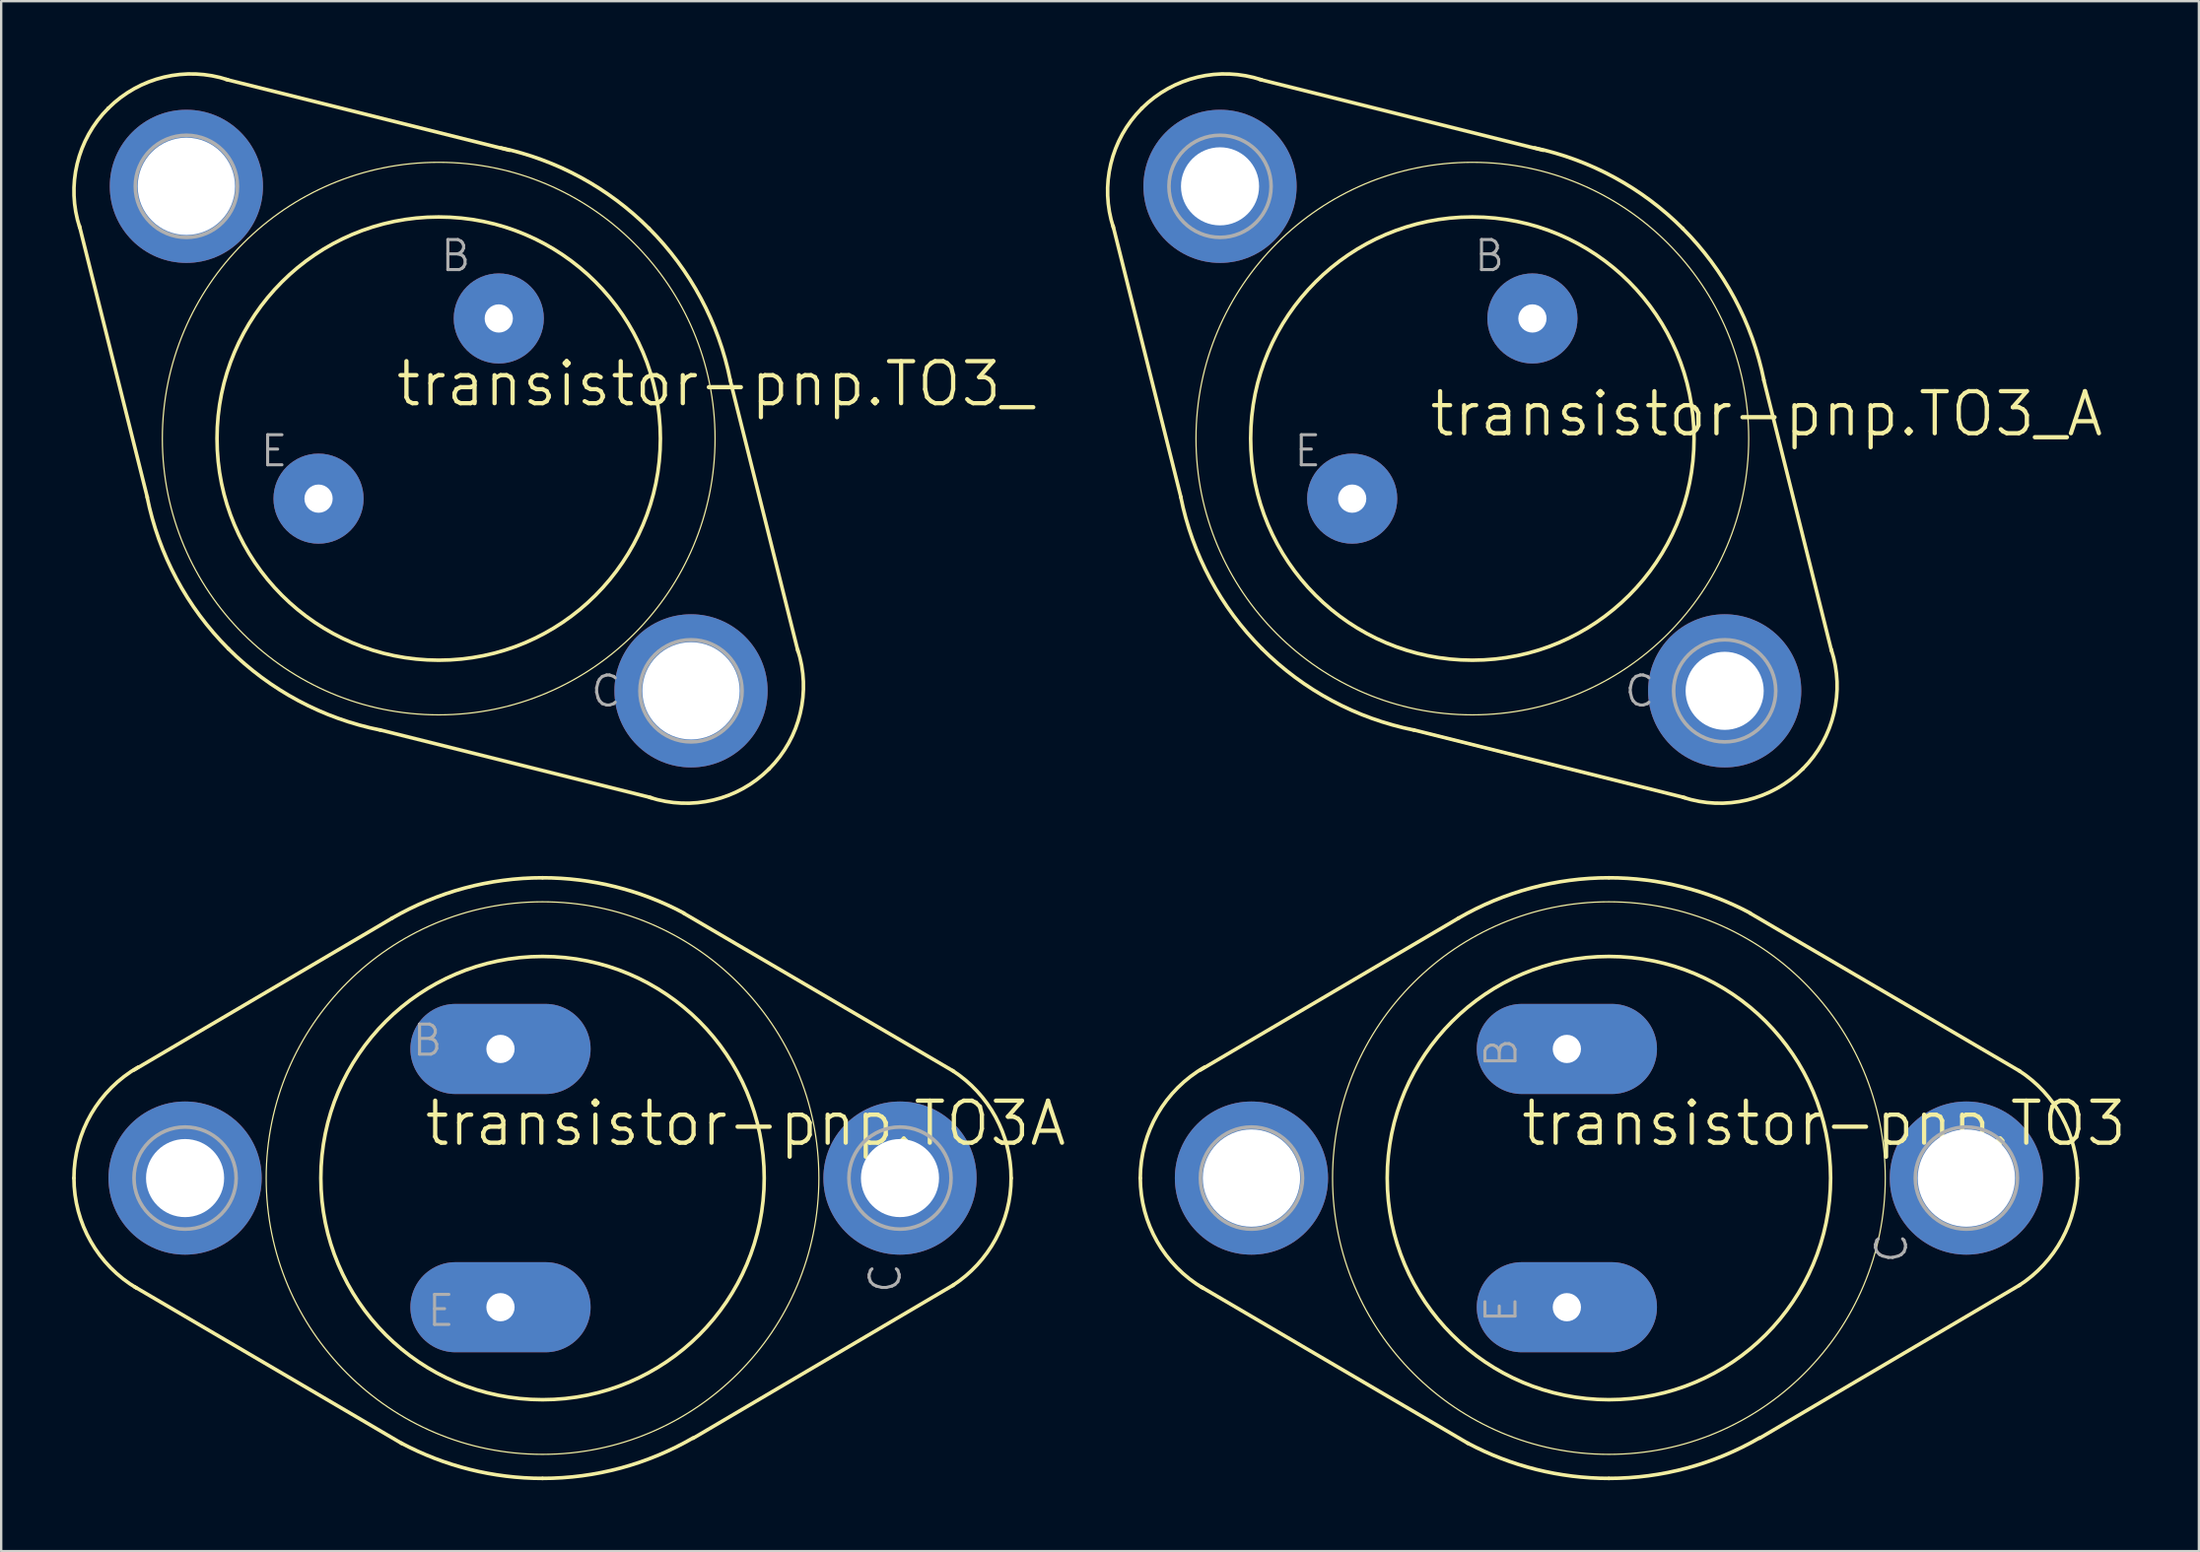
<source format=kicad_pcb>
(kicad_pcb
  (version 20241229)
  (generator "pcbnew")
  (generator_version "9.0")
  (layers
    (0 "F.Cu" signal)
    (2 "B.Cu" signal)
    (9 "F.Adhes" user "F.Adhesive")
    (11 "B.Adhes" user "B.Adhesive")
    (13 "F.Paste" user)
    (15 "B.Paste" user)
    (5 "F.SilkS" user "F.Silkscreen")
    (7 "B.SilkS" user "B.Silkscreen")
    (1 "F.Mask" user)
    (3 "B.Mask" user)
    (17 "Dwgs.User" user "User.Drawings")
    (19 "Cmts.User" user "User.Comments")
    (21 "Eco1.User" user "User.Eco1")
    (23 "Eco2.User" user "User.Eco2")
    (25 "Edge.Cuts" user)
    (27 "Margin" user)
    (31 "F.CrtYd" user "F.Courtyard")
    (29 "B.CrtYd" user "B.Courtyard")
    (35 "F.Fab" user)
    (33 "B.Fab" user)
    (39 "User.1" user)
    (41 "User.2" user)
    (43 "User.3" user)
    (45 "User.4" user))
  (footprint "transistor-pnp.TO3A"
    (layer "F.Cu")
    (at 19.888 46.772)
    (property "Reference" "transistor-pnp.TO3A" (at -5.08 -1.27 0) (layer "F.SilkS") (effects (font (size 1.778 1.778) (thickness 0.18)) (justify left bottom)))
    (attr through_hole)
    (fp_line (start -6.35 -10.998) (end -17.272 -4.572) (stroke (width 0.152) (type default)) (layer "F.SilkS"))
    (fp_line (start -5.944 11.227) (end -17.247 4.597) (stroke (width 0.152) (type default)) (layer "F.SilkS"))
    (fp_line (start 5.969 -11.201) (end 17.374 -4.521) (stroke (width 0.152) (type default)) (layer "F.SilkS"))
    (fp_line (start 6.375 10.998) (end 17.374 4.521) (stroke (width 0.152) (type default)) (layer "F.SilkS"))
    (fp_arc (start -19.812 0) (mid -19.08306 -2.712168) (end -17.0927 -4.6935) (stroke (width 0.1524) (type default)) (layer "F.SilkS"))
    (fp_arc (start -17.1555 4.657) (mid -19.101186 2.680705) (end -19.812 0) (stroke (width 0.1524) (type default)) (layer "F.SilkS"))
    (fp_arc (start -6.3718 -10.9859) (mid -3.299165 -12.263988) (end 0 -12.7) (stroke (width 0.1524) (type default)) (layer "F.SilkS"))
    (fp_arc (start 0 -12.7) (mid 3.080216 -12.320822) (end 5.9765 -11.2059) (stroke (width 0.1524) (type default)) (layer "F.SilkS"))
    (fp_arc (start 0 12.7) (mid -3.080216 12.320822) (end -5.9765 11.2059) (stroke (width 0.1524) (type default)) (layer "F.SilkS"))
    (fp_arc (start 6.3718 10.9859) (mid 3.299165 12.263988) (end 0 12.7) (stroke (width 0.1524) (type default)) (layer "F.SilkS"))
    (fp_arc (start 17.3366 -4.545) (mid 19.153011 -2.587691) (end 19.812 0) (stroke (width 0.1524) (type default)) (layer "F.SilkS"))
    (fp_arc (start 19.812 0) (mid 19.153011 2.587691) (end 17.3366 4.545) (stroke (width 0.1524) (type default)) (layer "F.SilkS"))
    (fp_circle (center 0 0) (end 9.373 0) (stroke (width 0.152) (type default)) (fill no) (layer "F.SilkS"))
    (fp_circle (center 0 0) (end 11.684 0) (stroke (width 0.051) (type default)) (fill no) (layer "F.SilkS"))
    (fp_circle (center -15.113 0) (end -12.954 0) (stroke (width 0.152) (type default)) (fill no) (layer "F.Fab"))
    (fp_circle (center 15.113 0) (end 17.272 0) (stroke (width 0.152) (type default)) (fill no) (layer "F.Fab"))
    (fp_text user "C" (at 15.24 4.953 90) (layer "F.Fab") (effects (font (size 1.27 1.27) (thickness 0.13)) (justify left bottom)))
    (fp_text user "E" (at -4.953 6.35 0) (layer "F.Fab") (effects (font (size 1.27 1.27) (thickness 0.13)) (justify left bottom)))
    (fp_text user "B" (at -5.588 -5.08 0) (layer "F.Fab") (effects (font (size 1.27 1.27) (thickness 0.13)) (justify left bottom)))
    (pad "B" thru_hole oval (at -1.778 -5.461) (size 7.62 3.81) (drill 1.194) (layers "*.Cu" "*.Mask"))
    (pad "C" thru_hole circle (at 15.113 0) (size 6.477 6.477) (drill 3.302) (layers "*.Cu" "*.Mask"))
    (pad "E" thru_hole oval (at -1.778 5.461) (size 7.62 3.81) (drill 1.194) (layers "*.Cu" "*.Mask"))
    (pad "TO3" thru_hole circle (at -15.113 0) (size 6.477 6.477) (drill 3.302) (layers "*.Cu" "*.Mask")))
  (footprint "transistor-pnp.TO3"
    (layer "F.Cu")
    (at 64.974 46.772)
    (property "Reference" "transistor-pnp.TO3" (at -3.81 -1.27 0) (layer "F.SilkS") (effects (font (size 1.778 1.778) (thickness 0.18)) (justify left bottom)))
    (attr through_hole)
    (fp_line (start -6.35 -10.998) (end -17.272 -4.572) (stroke (width 0.152) (type default)) (layer "F.SilkS"))
    (fp_line (start -5.944 11.227) (end -17.247 4.597) (stroke (width 0.152) (type default)) (layer "F.SilkS"))
    (fp_line (start 5.969 -11.201) (end 17.374 -4.521) (stroke (width 0.152) (type default)) (layer "F.SilkS"))
    (fp_line (start 6.375 10.998) (end 17.374 4.521) (stroke (width 0.152) (type default)) (layer "F.SilkS"))
    (fp_arc (start -19.812 0) (mid -19.08306 -2.712168) (end -17.0927 -4.6935) (stroke (width 0.1524) (type default)) (layer "F.SilkS"))
    (fp_arc (start -17.1555 4.657) (mid -19.101186 2.680705) (end -19.812 0) (stroke (width 0.1524) (type default)) (layer "F.SilkS"))
    (fp_arc (start -6.3718 -10.9859) (mid -3.299165 -12.263988) (end 0 -12.7) (stroke (width 0.1524) (type default)) (layer "F.SilkS"))
    (fp_arc (start 0 -12.7) (mid 3.080216 -12.320822) (end 5.9765 -11.2059) (stroke (width 0.1524) (type default)) (layer "F.SilkS"))
    (fp_arc (start 0 12.7) (mid -3.080216 12.320822) (end -5.9765 11.2059) (stroke (width 0.1524) (type default)) (layer "F.SilkS"))
    (fp_arc (start 6.3718 10.9859) (mid 3.299165 12.263988) (end 0 12.7) (stroke (width 0.1524) (type default)) (layer "F.SilkS"))
    (fp_arc (start 17.3366 -4.545) (mid 19.153011 -2.587691) (end 19.812 0) (stroke (width 0.1524) (type default)) (layer "F.SilkS"))
    (fp_arc (start 19.812 0) (mid 19.153011 2.587691) (end 17.3366 4.545) (stroke (width 0.1524) (type default)) (layer "F.SilkS"))
    (fp_circle (center 0 0) (end 9.373 0) (stroke (width 0.152) (type default)) (fill no) (layer "F.SilkS"))
    (fp_circle (center 0 0) (end 11.684 0) (stroke (width 0.051) (type default)) (fill no) (layer "F.SilkS"))
    (fp_circle (center -15.113 0) (end -12.954 0) (stroke (width 0.152) (type default)) (fill no) (layer "F.Fab"))
    (fp_circle (center 15.113 0) (end 17.272 0) (stroke (width 0.152) (type default)) (fill no) (layer "F.Fab"))
    (fp_text user "C" (at 12.7 3.683 90) (layer "F.Fab") (effects (font (size 1.27 1.27) (thickness 0.13)) (justify left bottom)))
    (fp_text user "B" (at -3.81 -4.572 90) (layer "F.Fab") (effects (font (size 1.27 1.27) (thickness 0.13)) (justify left bottom)))
    (fp_text user "E" (at -3.81 6.223 90) (layer "F.Fab") (effects (font (size 1.27 1.27) (thickness 0.13)) (justify left bottom)))
    (pad "B" thru_hole oval (at -1.778 -5.461) (size 7.62 3.81) (drill 1.194) (layers "*.Cu" "*.Mask"))
    (pad "C" thru_hole circle (at 15.113 0) (size 6.477 6.477) (drill 4.115) (layers "*.Cu" "*.Mask"))
    (pad "C/" thru_hole circle (at -15.113 0) (size 6.477 6.477) (drill 4.115) (layers "*.Cu" "*.Mask"))
    (pad "E" thru_hole oval (at -1.778 5.461) (size 7.62 3.81) (drill 1.194) (layers "*.Cu" "*.Mask")))
  (footprint "transistor-pnp.TO3_A"
    (layer "F.Cu")
    (at 59.2 15.498)
    (property "Reference" "transistor-pnp.TO3_A" (at -1.905 0 0) (layer "F.SilkS") (effects (font (size 1.778 1.778) (thickness 0.18)) (justify left bottom)))
    (attr through_hole)
    (fp_line (start -15.189 -8.992) (end -12.319 2.489) (stroke (width 0.152) (type default)) (layer "F.SilkS"))
    (fp_line (start -8.992 -15.189) (end 2.997 -12.192) (stroke (width 0.152) (type default)) (layer "F.SilkS"))
    (fp_line (start 8.992 15.189) (end -2.489 12.319) (stroke (width 0.152) (type default)) (layer "F.SilkS"))
    (fp_line (start 15.189 8.992) (end 12.319 -2.489) (stroke (width 0.152) (type default)) (layer "F.SilkS"))
    (fp_arc (start -15.1758 -8.9223) (mid -15.286174 -11.616517) (end -13.9699 -13.9699) (stroke (width 0.1524) (type default)) (layer "F.SilkS"))
    (fp_arc (start -13.97 -13.97) (mid -11.611495 -15.287669) (end -8.9123 -15.173) (stroke (width 0.1524) (type default)) (layer "F.SilkS"))
    (fp_arc (start -8.89 8.89) (mid -11.08473 5.932347) (end -12.3282 2.4656) (stroke (width 0.1524) (type default)) (layer "F.SilkS"))
    (fp_arc (start -2.4656 12.3282) (mid -5.932347 11.08473) (end -8.89 8.89) (stroke (width 0.1524) (type default)) (layer "F.SilkS"))
    (fp_arc (start 2.6343 -12.2933) (mid 6.008158 -11.043844) (end 8.89 -8.89) (stroke (width 0.1524) (type default)) (layer "F.SilkS"))
    (fp_arc (start 8.89 -8.89) (mid 11.08473 -5.932347) (end 12.3282 -2.4656) (stroke (width 0.1524) (type default)) (layer "F.SilkS"))
    (fp_arc (start 13.9695 13.9695) (mid 11.611248 15.287113) (end 8.9123 15.1725) (stroke (width 0.1524) (type default)) (layer "F.SilkS"))
    (fp_arc (start 15.1759 8.9223) (mid 15.286284 11.616566) (end 13.97 13.97) (stroke (width 0.1524) (type default)) (layer "F.SilkS"))
    (fp_circle (center 0 0) (end 9.373 0) (stroke (width 0.152) (type default)) (fill no) (layer "F.SilkS"))
    (fp_circle (center 0 0) (end 11.684 0) (stroke (width 0.051) (type default)) (fill no) (layer "F.SilkS"))
    (fp_circle (center -10.668 -10.668) (end -8.509 -10.668) (stroke (width 0.152) (type default)) (fill no) (layer "F.Fab"))
    (fp_circle (center 10.668 10.668) (end 12.827 10.668) (stroke (width 0.152) (type default)) (fill no) (layer "F.Fab"))
    (fp_text user "E" (at -7.62 1.27 0) (layer "F.Fab") (effects (font (size 1.27 1.27) (thickness 0.13)) (justify left bottom)))
    (fp_text user "B" (at 0 -6.985 0) (layer "F.Fab") (effects (font (size 1.27 1.27) (thickness 0.13)) (justify left bottom)))
    (fp_text user "C" (at 6.35 11.43 0) (layer "F.Fab") (effects (font (size 1.27 1.27) (thickness 0.13)) (justify left bottom)))
    (pad "B" thru_hole circle (at 2.54 -5.08) (size 3.81 3.81) (drill 1.194) (layers "*.Cu" "*.Mask"))
    (pad "C" thru_hole circle (at 10.668 10.668) (size 6.477 6.477) (drill 3.302) (layers "*.Cu" "*.Mask"))
    (pad "C/" thru_hole circle (at -10.668 -10.668) (size 6.477 6.477) (drill 3.302) (layers "*.Cu" "*.Mask"))
    (pad "E" thru_hole circle (at -5.08 2.54) (size 3.81 3.81) (drill 1.194) (layers "*.Cu" "*.Mask")))
  (footprint "transistor-pnp.TO3_"
    (layer "F.Cu")
    (at 15.498 15.498)
    (property "Reference" "transistor-pnp.TO3_" (at -1.905 -1.27 0) (layer "F.SilkS") (effects (font (size 1.778 1.778) (thickness 0.18)) (justify left bottom)))
    (attr through_hole)
    (fp_line (start -15.189 -8.992) (end -12.319 2.489) (stroke (width 0.152) (type default)) (layer "F.SilkS"))
    (fp_line (start -8.992 -15.189) (end 2.997 -12.192) (stroke (width 0.152) (type default)) (layer "F.SilkS"))
    (fp_line (start 8.992 15.189) (end -2.489 12.319) (stroke (width 0.152) (type default)) (layer "F.SilkS"))
    (fp_line (start 15.189 8.992) (end 12.319 -2.489) (stroke (width 0.152) (type default)) (layer "F.SilkS"))
    (fp_arc (start -15.1758 -8.9223) (mid -15.286174 -11.616517) (end -13.9699 -13.9699) (stroke (width 0.1524) (type default)) (layer "F.SilkS"))
    (fp_arc (start -13.97 -13.97) (mid -11.611495 -15.287669) (end -8.9123 -15.173) (stroke (width 0.1524) (type default)) (layer "F.SilkS"))
    (fp_arc (start -8.89 8.89) (mid -11.08473 5.932347) (end -12.3282 2.4656) (stroke (width 0.1524) (type default)) (layer "F.SilkS"))
    (fp_arc (start -2.4656 12.3282) (mid -5.932347 11.08473) (end -8.89 8.89) (stroke (width 0.1524) (type default)) (layer "F.SilkS"))
    (fp_arc (start 2.6343 -12.2933) (mid 6.008158 -11.043844) (end 8.89 -8.89) (stroke (width 0.1524) (type default)) (layer "F.SilkS"))
    (fp_arc (start 8.89 -8.89) (mid 11.08473 -5.932347) (end 12.3282 -2.4656) (stroke (width 0.1524) (type default)) (layer "F.SilkS"))
    (fp_arc (start 13.9695 13.9695) (mid 11.611248 15.287113) (end 8.9123 15.1725) (stroke (width 0.1524) (type default)) (layer "F.SilkS"))
    (fp_arc (start 15.1759 8.9223) (mid 15.286284 11.616566) (end 13.97 13.97) (stroke (width 0.1524) (type default)) (layer "F.SilkS"))
    (fp_circle (center 0 0) (end 9.373 0) (stroke (width 0.152) (type default)) (fill no) (layer "F.SilkS"))
    (fp_circle (center 0 0) (end 11.684 0) (stroke (width 0.051) (type default)) (fill no) (layer "F.SilkS"))
    (fp_circle (center -10.668 -10.668) (end -8.509 -10.668) (stroke (width 0.152) (type default)) (fill no) (layer "F.Fab"))
    (fp_circle (center 10.668 10.668) (end 12.827 10.668) (stroke (width 0.152) (type default)) (fill no) (layer "F.Fab"))
    (fp_text user "E" (at -7.62 1.27 0) (layer "F.Fab") (effects (font (size 1.27 1.27) (thickness 0.13)) (justify left bottom)))
    (fp_text user "C" (at 6.35 11.43 0) (layer "F.Fab") (effects (font (size 1.27 1.27) (thickness 0.13)) (justify left bottom)))
    (fp_text user "B" (at 0 -6.985 0) (layer "F.Fab") (effects (font (size 1.27 1.27) (thickness 0.13)) (justify left bottom)))
    (pad "B" thru_hole circle (at 2.54 -5.08) (size 3.81 3.81) (drill 1.194) (layers "*.Cu" "*.Mask"))
    (pad "C" thru_hole circle (at 10.668 10.668) (size 6.477 6.477) (drill 4.115) (layers "*.Cu" "*.Mask"))
    (pad "C/" thru_hole circle (at -10.668 -10.668) (size 6.477 6.477) (drill 4.115) (layers "*.Cu" "*.Mask"))
    (pad "E" thru_hole circle (at -5.08 2.54) (size 3.81 3.81) (drill 1.194) (layers "*.Cu" "*.Mask")))
  (gr_rect
    (start -3 -3)
    (end 89.918 62.549)
    (stroke (width 0.1) (type default))
    (fill no)
    (layer "Edge.Cuts")))
</source>
